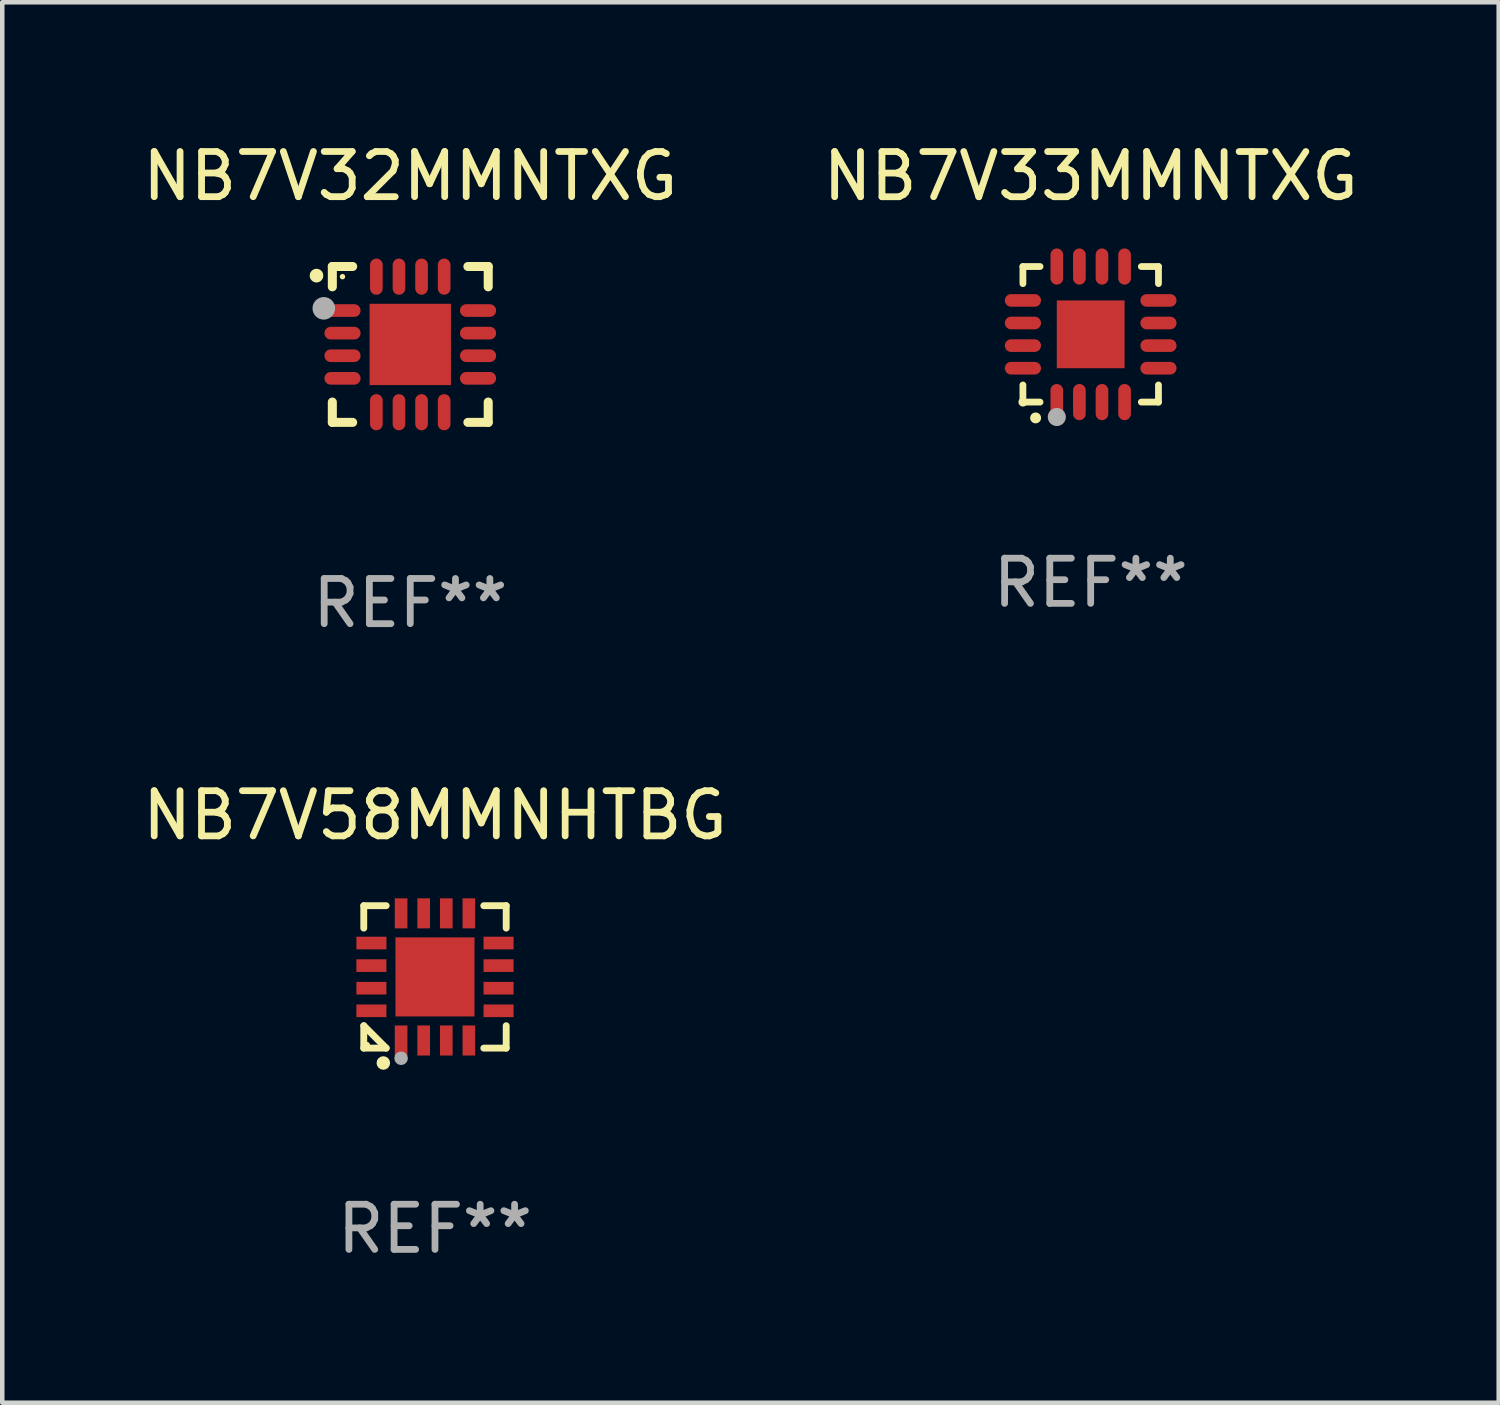
<source format=kicad_pcb>
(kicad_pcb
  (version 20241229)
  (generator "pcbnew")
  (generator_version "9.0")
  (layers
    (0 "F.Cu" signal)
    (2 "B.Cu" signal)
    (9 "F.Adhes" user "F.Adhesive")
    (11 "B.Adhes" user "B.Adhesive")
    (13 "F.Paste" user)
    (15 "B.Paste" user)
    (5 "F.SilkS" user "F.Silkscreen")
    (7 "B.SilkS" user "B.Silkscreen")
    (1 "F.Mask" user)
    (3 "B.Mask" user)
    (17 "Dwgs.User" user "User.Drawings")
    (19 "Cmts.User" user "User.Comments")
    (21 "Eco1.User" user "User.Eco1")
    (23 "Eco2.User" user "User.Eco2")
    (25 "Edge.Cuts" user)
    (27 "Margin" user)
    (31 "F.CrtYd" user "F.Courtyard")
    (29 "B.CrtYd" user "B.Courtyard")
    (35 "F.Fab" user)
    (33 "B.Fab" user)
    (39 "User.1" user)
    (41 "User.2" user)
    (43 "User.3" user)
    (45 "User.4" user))
  (footprint "NB7V33MMNTXG"
    (layer "F.Cu")
    (at 21.089 4.349)
    (property "Reference" "NB7V33MMNTXG" (at 0 -3.5 0) (layer "F.SilkS") (effects (font (size 1 1) (thickness 0.15))))
    (attr through_hole)
    (fp_line (start -1.5 -1.5) (end -1.121 -1.5) (stroke (width 0.15) (type solid)) (layer "F.SilkS"))
    (fp_line (start -1.5 -1.122) (end -1.5 -1.5) (stroke (width 0.15) (type solid)) (layer "F.SilkS"))
    (fp_line (start -1.5 1.5) (end -1.5 1.121) (stroke (width 0.15) (type solid)) (layer "F.SilkS"))
    (fp_line (start -1.121 1.5) (end -1.5 1.5) (stroke (width 0.15) (type solid)) (layer "F.SilkS"))
    (fp_line (start 1.121 -1.5) (end 1.5 -1.5) (stroke (width 0.15) (type solid)) (layer "F.SilkS"))
    (fp_line (start 1.5 -1.5) (end 1.5 -1.122) (stroke (width 0.15) (type solid)) (layer "F.SilkS"))
    (fp_line (start 1.5 1.121) (end 1.5 1.5) (stroke (width 0.15) (type solid)) (layer "F.SilkS"))
    (fp_line (start 1.5 1.5) (end 1.121 1.5) (stroke (width 0.15) (type solid)) (layer "F.SilkS"))
    (fp_arc (start -1.219926 1.850254) (mid -1.21891 1.85025) (end -1.217894 1.850254) (stroke (width 0.240005) (type solid)) (layer "F.SilkS"))
    (fp_circle (center -1.5 1.5) (end -1.45 1.5) (stroke (width 0.1) (type solid)) (fill no) (layer "F.SilkS"))
    (fp_circle (center -0.75 1.83) (end -0.65 1.83) (stroke (width 0.2) (type solid)) (fill no) (layer "F.Fab"))
    (fp_text user "REF**" (at 0 5.5 0) (layer "F.Fab") (effects (font (size 1 1) (thickness 0.15))))
    (pad "1" smd oval (at -0.75 1.5) (size 0.28 0.8) (layers "F.Cu" "F.Mask" "F.Paste"))
    (pad "2" smd oval (at -0.25 1.5) (size 0.28 0.8) (layers "F.Cu" "F.Mask" "F.Paste"))
    (pad "3" smd oval (at 0.25 1.5) (size 0.28 0.8) (layers "F.Cu" "F.Mask" "F.Paste"))
    (pad "4" smd oval (at 0.75 1.5) (size 0.28 0.8) (layers "F.Cu" "F.Mask" "F.Paste"))
    (pad "5" smd oval (at 1.5 0.75) (size 0.8 0.28) (layers "F.Cu" "F.Mask" "F.Paste"))
    (pad "6" smd oval (at 1.5 0.25) (size 0.8 0.28) (layers "F.Cu" "F.Mask" "F.Paste"))
    (pad "7" smd oval (at 1.5 -0.25) (size 0.8 0.28) (layers "F.Cu" "F.Mask" "F.Paste"))
    (pad "8" smd oval (at 1.5 -0.75) (size 0.8 0.28) (layers "F.Cu" "F.Mask" "F.Paste"))
    (pad "9" smd oval (at 0.75 -1.5) (size 0.28 0.8) (layers "F.Cu" "F.Mask" "F.Paste"))
    (pad "10" smd oval (at 0.25 -1.5) (size 0.28 0.8) (layers "F.Cu" "F.Mask" "F.Paste"))
    (pad "11" smd oval (at -0.25 -1.5) (size 0.28 0.8) (layers "F.Cu" "F.Mask" "F.Paste"))
    (pad "12" smd oval (at -0.75 -1.5) (size 0.28 0.8) (layers "F.Cu" "F.Mask" "F.Paste"))
    (pad "13" smd oval (at -1.5 -0.75) (size 0.8 0.28) (layers "F.Cu" "F.Mask" "F.Paste"))
    (pad "14" smd oval (at -1.5 -0.25) (size 0.8 0.28) (layers "F.Cu" "F.Mask" "F.Paste"))
    (pad "15" smd oval (at -1.5 0.25) (size 0.8 0.28) (layers "F.Cu" "F.Mask" "F.Paste"))
    (pad "16" smd oval (at -1.5 0.75) (size 0.8 0.28) (layers "F.Cu" "F.Mask" "F.Paste"))
    (pad "17" smd rect (at -0.000064 0.000165) (size 1.5 1.5) (layers "F.Cu" "F.Mask" "F.Paste")))
  (footprint "NB7V58MMNHTBG"
    (layer "F.Cu")
    (at 6.577 18.571)
    (property "Reference" "NB7V58MMNHTBG" (at 0 -3.576 0) (layer "F.SilkS") (effects (font (size 1 1) (thickness 0.15))))
    (attr through_hole)
    (fp_line (start -1.576 -1.576) (end -1.08 -1.576) (stroke (width 0.152) (type solid)) (layer "F.SilkS"))
    (fp_line (start -1.576 -1.08) (end -1.576 -1.576) (stroke (width 0.152) (type solid)) (layer "F.SilkS"))
    (fp_line (start -1.576 1.08) (end -1.576 1.576) (stroke (width 0.152) (type solid)) (layer "F.SilkS"))
    (fp_line (start -1.576 1.576) (end -1.08 1.576) (stroke (width 0.152) (type solid)) (layer "F.SilkS"))
    (fp_line (start -1.08 1.576) (end -1.576 1.08) (stroke (width 0.152) (type solid)) (layer "F.SilkS"))
    (fp_line (start 1.576 -1.576) (end 1.08 -1.576) (stroke (width 0.152) (type solid)) (layer "F.SilkS"))
    (fp_line (start 1.576 -1.08) (end 1.576 -1.576) (stroke (width 0.152) (type solid)) (layer "F.SilkS"))
    (fp_line (start 1.576 1.08) (end 1.576 1.576) (stroke (width 0.152) (type solid)) (layer "F.SilkS"))
    (fp_line (start 1.576 1.576) (end 1.08 1.576) (stroke (width 0.152) (type solid)) (layer "F.SilkS"))
    (fp_circle (center -1.5 1.5) (end -1.47 1.5) (stroke (width 0.06) (type solid)) (fill no) (layer "F.SilkS"))
    (fp_circle (center -1.143 1.905) (end -1.068 1.905) (stroke (width 0.15) (type solid)) (fill no) (layer "F.SilkS"))
    (fp_circle (center -0.75 1.8) (end -0.675 1.8) (stroke (width 0.15) (type solid)) (fill no) (layer "F.Fab"))
    (fp_text user "REF**" (at 0 5.576 0) (layer "F.Fab") (effects (font (size 1 1) (thickness 0.15))))
    (pad "1" smd rect (at -0.75 1.407) (size 0.28 0.665) (layers "F.Cu" "F.Mask" "F.Paste"))
    (pad "2" smd rect (at -0.25 1.407) (size 0.28 0.665) (layers "F.Cu" "F.Mask" "F.Paste"))
    (pad "3" smd rect (at 0.25 1.407) (size 0.28 0.665) (layers "F.Cu" "F.Mask" "F.Paste"))
    (pad "4" smd rect (at 0.75 1.407) (size 0.28 0.665) (layers "F.Cu" "F.Mask" "F.Paste"))
    (pad "5" smd rect (at 1.407 0.75) (size 0.665 0.28) (layers "F.Cu" "F.Mask" "F.Paste"))
    (pad "6" smd rect (at 1.407 0.25) (size 0.665 0.28) (layers "F.Cu" "F.Mask" "F.Paste"))
    (pad "7" smd rect (at 1.407 -0.25) (size 0.665 0.28) (layers "F.Cu" "F.Mask" "F.Paste"))
    (pad "8" smd rect (at 1.407 -0.75) (size 0.665 0.28) (layers "F.Cu" "F.Mask" "F.Paste"))
    (pad "9" smd rect (at 0.75 -1.407) (size 0.28 0.665) (layers "F.Cu" "F.Mask" "F.Paste"))
    (pad "10" smd rect (at 0.25 -1.407) (size 0.28 0.665) (layers "F.Cu" "F.Mask" "F.Paste"))
    (pad "11" smd rect (at -0.25 -1.407) (size 0.28 0.665) (layers "F.Cu" "F.Mask" "F.Paste"))
    (pad "12" smd rect (at -0.75 -1.407) (size 0.28 0.665) (layers "F.Cu" "F.Mask" "F.Paste"))
    (pad "13" smd rect (at -1.407 -0.75) (size 0.665 0.28) (layers "F.Cu" "F.Mask" "F.Paste"))
    (pad "14" smd rect (at -1.407 -0.25) (size 0.665 0.28) (layers "F.Cu" "F.Mask" "F.Paste"))
    (pad "15" smd rect (at -1.407 0.25) (size 0.665 0.28) (layers "F.Cu" "F.Mask" "F.Paste"))
    (pad "16" smd rect (at -1.407 0.75) (size 0.665 0.28) (layers "F.Cu" "F.Mask" "F.Paste"))
    (pad "17" smd rect (at 0 0) (size 1.75 1.75) (layers "F.Cu" "F.Mask" "F.Paste")))
  (footprint "NB7V32MMNTXG"
    (layer "F.Cu")
    (at 6.03 4.573)
    (property "Reference" "NB7V32MMNTXG" (at 0 -3.725 0) (layer "F.SilkS") (effects (font (size 1 1) (thickness 0.15))))
    (attr through_hole)
    (fp_line (start -1.725 -1.725) (end -1.275 -1.725) (stroke (width 0.2) (type solid)) (layer "F.SilkS"))
    (fp_line (start -1.725 -1.275) (end -1.725 -1.725) (stroke (width 0.2) (type solid)) (layer "F.SilkS"))
    (fp_line (start -1.725 1.725) (end -1.725 1.275) (stroke (width 0.2) (type solid)) (layer "F.SilkS"))
    (fp_line (start -1.275 1.725) (end -1.725 1.725) (stroke (width 0.2) (type solid)) (layer "F.SilkS"))
    (fp_line (start 1.275 -1.725) (end 1.725 -1.725) (stroke (width 0.2) (type solid)) (layer "F.SilkS"))
    (fp_line (start 1.275 1.725) (end 1.725 1.725) (stroke (width 0.2) (type solid)) (layer "F.SilkS"))
    (fp_line (start 1.725 -1.725) (end 1.725 -1.275) (stroke (width 0.2) (type solid)) (layer "F.SilkS"))
    (fp_line (start 1.725 1.725) (end 1.725 1.275) (stroke (width 0.2) (type solid)) (layer "F.SilkS"))
    (fp_arc (start -2.075184 -1.521463) (mid -2.075189 -1.522733) (end -2.075184 -1.524003) (stroke (width 0.3) (type solid)) (layer "F.SilkS"))
    (fp_circle (center -1.5 -1.5) (end -1.47 -1.5) (stroke (width 0.06) (type solid)) (fill no) (layer "F.SilkS"))
    (fp_circle (center -1.914 -0.799) (end -1.789 -0.799) (stroke (width 0.25) (type solid)) (fill no) (layer "F.Fab"))
    (fp_text user "REF**" (at 0 5.725 0) (layer "F.Fab") (effects (font (size 1 1) (thickness 0.15))))
    (pad "1" smd oval (at -1.5 -0.75) (size 0.8 0.28) (layers "F.Cu" "F.Mask" "F.Paste"))
    (pad "2" smd oval (at -1.5 -0.25) (size 0.8 0.28) (layers "F.Cu" "F.Mask" "F.Paste"))
    (pad "3" smd oval (at -1.5 0.25) (size 0.8 0.28) (layers "F.Cu" "F.Mask" "F.Paste"))
    (pad "4" smd oval (at -1.5 0.75) (size 0.8 0.28) (layers "F.Cu" "F.Mask" "F.Paste"))
    (pad "5" smd oval (at -0.75 1.5) (size 0.28 0.8) (layers "F.Cu" "F.Mask" "F.Paste"))
    (pad "6" smd oval (at -0.25 1.5) (size 0.28 0.8) (layers "F.Cu" "F.Mask" "F.Paste"))
    (pad "7" smd oval (at 0.25 1.5) (size 0.28 0.8) (layers "F.Cu" "F.Mask" "F.Paste"))
    (pad "8" smd oval (at 0.75 1.5) (size 0.28 0.8) (layers "F.Cu" "F.Mask" "F.Paste"))
    (pad "9" smd oval (at 1.5 0.75) (size 0.8 0.28) (layers "F.Cu" "F.Mask" "F.Paste"))
    (pad "10" smd oval (at 1.5 0.25) (size 0.8 0.28) (layers "F.Cu" "F.Mask" "F.Paste"))
    (pad "11" smd oval (at 1.5 -0.25) (size 0.8 0.28) (layers "F.Cu" "F.Mask" "F.Paste"))
    (pad "12" smd oval (at 1.5 -0.75) (size 0.8 0.28) (layers "F.Cu" "F.Mask" "F.Paste"))
    (pad "13" smd oval (at 0.75 -1.5) (size 0.28 0.8) (layers "F.Cu" "F.Mask" "F.Paste"))
    (pad "14" smd oval (at 0.25 -1.5) (size 0.28 0.8) (layers "F.Cu" "F.Mask" "F.Paste"))
    (pad "15" smd oval (at -0.25 -1.5) (size 0.28 0.8) (layers "F.Cu" "F.Mask" "F.Paste"))
    (pad "16" smd oval (at -0.75 -1.5) (size 0.28 0.8) (layers "F.Cu" "F.Mask" "F.Paste"))
    (pad "17" smd rect (at 0.000076 0.000076) (size 1.8 1.8) (layers "F.Cu" "F.Mask" "F.Paste")))
  (gr_rect
    (start -3 -3)
    (end 30.119 27.995)
    (stroke (width 0.1) (type default))
    (fill no)
    (layer "Edge.Cuts")))
</source>
